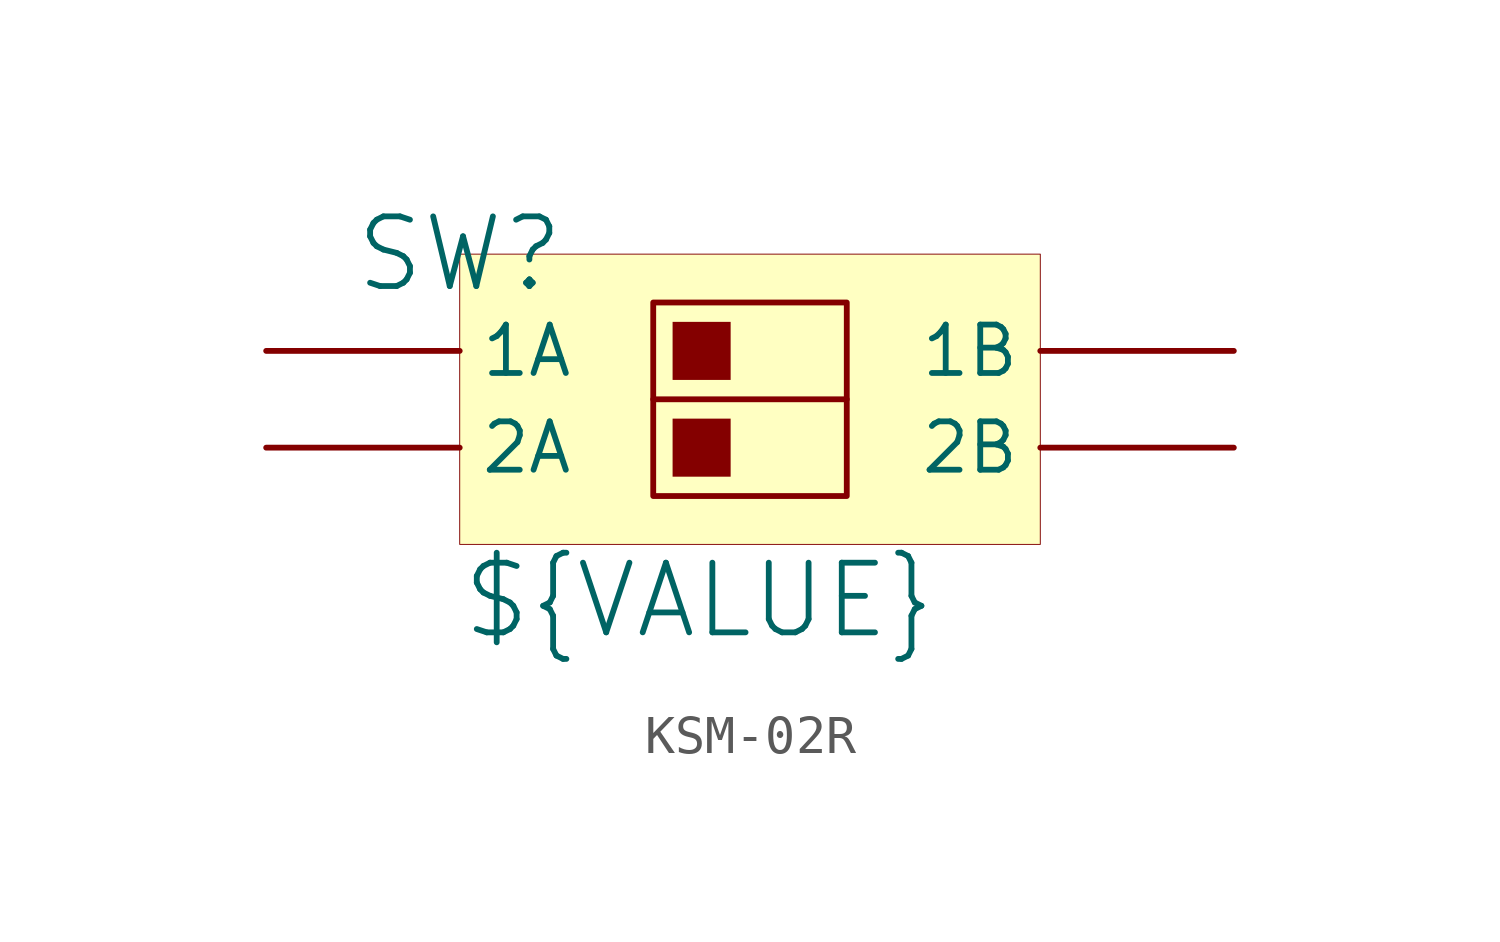
<source format=kicad_sym>
(kicad_symbol_lib
  (version 20241209)
  (generator "kicad_symbol_editor")
  (generator_version "9.0")
  (symbol "KSM-02R"
    (pin_numbers
      (hide yes))
    (property "Reference" "SW"
      (at 0 0 0)
      (effects (font (size 1.829 1.829))))
    (property "Value" "${VALUE}"
      (at 0 -10.16 0)
      (effects (font (size 1.829 1.829)) (justify left bottom)))
    (symbol "KSM-02R_1_0"
      (polyline (pts (xy 5.08 -1.27) (xy 10.16 -1.27) (xy 10.16 -3.81) (xy 5.08 -3.81) (xy 5.08 -1.27)) (stroke (width 0) (type solid)) (fill (type none)))
      (polyline (pts (xy 5.08 -3.81) (xy 5.08 -6.35) (xy 10.16 -6.35) (xy 10.16 -3.81)) (stroke (width 0) (type solid)) (fill (type none)))
      (rectangle (start 7.112 -1.778) (end 5.588 -3.302) (stroke (width -0.0001) (type solid)) (fill (type outline)))
      (rectangle (start 7.112 -4.318) (end 5.588 -5.842) (stroke (width -0.0001) (type solid)) (fill (type outline)))
      (rectangle (start 15.24 0) (end 0 -7.62) (stroke (width 0.025) (type solid) (color 128 0 0 1)) (fill (type background)))
      (pin passive line (at -5.08 -2.54 0) (length 5.08) (name "1A" (effects (font (size 1.27 1.27)))) (number "1A" (effects (font (size 1.27 1.27)))))
      (pin passive line (at -5.08 -5.08 0) (length 5.08) (name "2A" (effects (font (size 1.27 1.27)))) (number "2A" (effects (font (size 1.27 1.27)))))
      (pin passive line (at 20.32 -2.54 180) (length 5.08) (name "1B" (effects (font (size 1.27 1.27)))) (number "1B" (effects (font (size 1.27 1.27)))))
      (pin passive line (at 20.32 -5.08 180) (length 5.08) (name "2B" (effects (font (size 1.27 1.27)))) (number "2B" (effects (font (size 1.27 1.27))))))))
</source>
